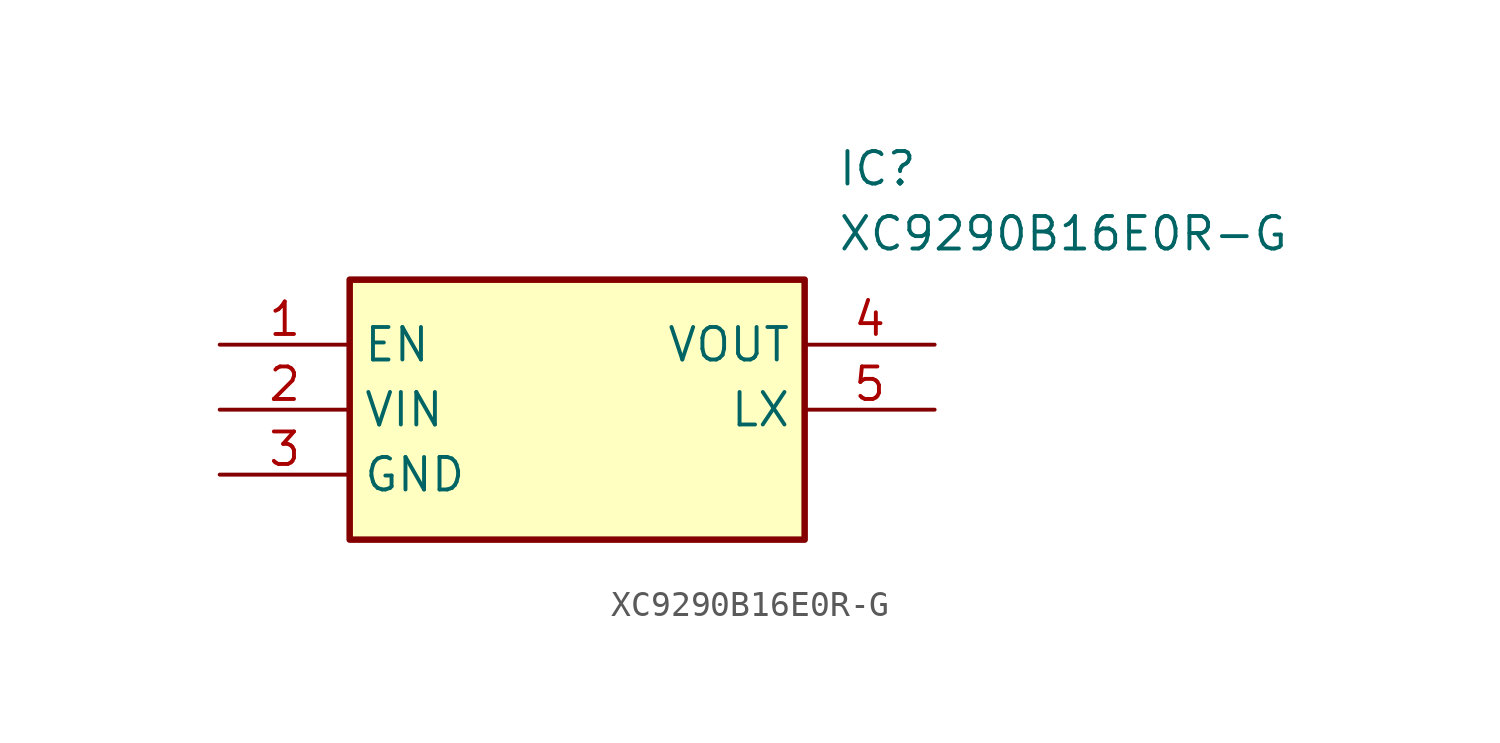
<source format=kicad_sym>
(kicad_symbol_lib
  (version 20211014)
  (generator SamacSys_ECAD_Model)
  (symbol "XC9290B16E0R-G"
    (property "Reference" "IC"
      (at 24.13 7.62 0)
      (effects (font (size 1.27 1.27)) (justify left top)))
    (property "Value" "XC9290B16E0R-G"
      (at 24.13 5.08 0)
      (effects (font (size 1.27 1.27)) (justify left top)))
    (rectangle
      (start 5.08 2.54)
      (end 22.86 -7.62)
      (stroke (width 0.254) (type default))
      (fill (type background)))
    (pin passive line
      (at 0 0 0)
      (length 5.08)
      (name "EN" (effects (font (size 1.27 1.27))))
      (number "1" (effects (font (size 1.27 1.27)))))
    (pin passive line
      (at 0 -2.54 0)
      (length 5.08)
      (name "VIN" (effects (font (size 1.27 1.27))))
      (number "2" (effects (font (size 1.27 1.27)))))
    (pin passive line
      (at 0 -5.08 0)
      (length 5.08)
      (name "GND" (effects (font (size 1.27 1.27))))
      (number "3" (effects (font (size 1.27 1.27)))))
    (pin passive line
      (at 27.94 0 180)
      (length 5.08)
      (name "VOUT" (effects (font (size 1.27 1.27))))
      (number "4" (effects (font (size 1.27 1.27)))))
    (pin passive line
      (at 27.94 -2.54 180)
      (length 5.08)
      (name "LX" (effects (font (size 1.27 1.27))))
      (number "5" (effects (font (size 1.27 1.27)))))))
</source>
